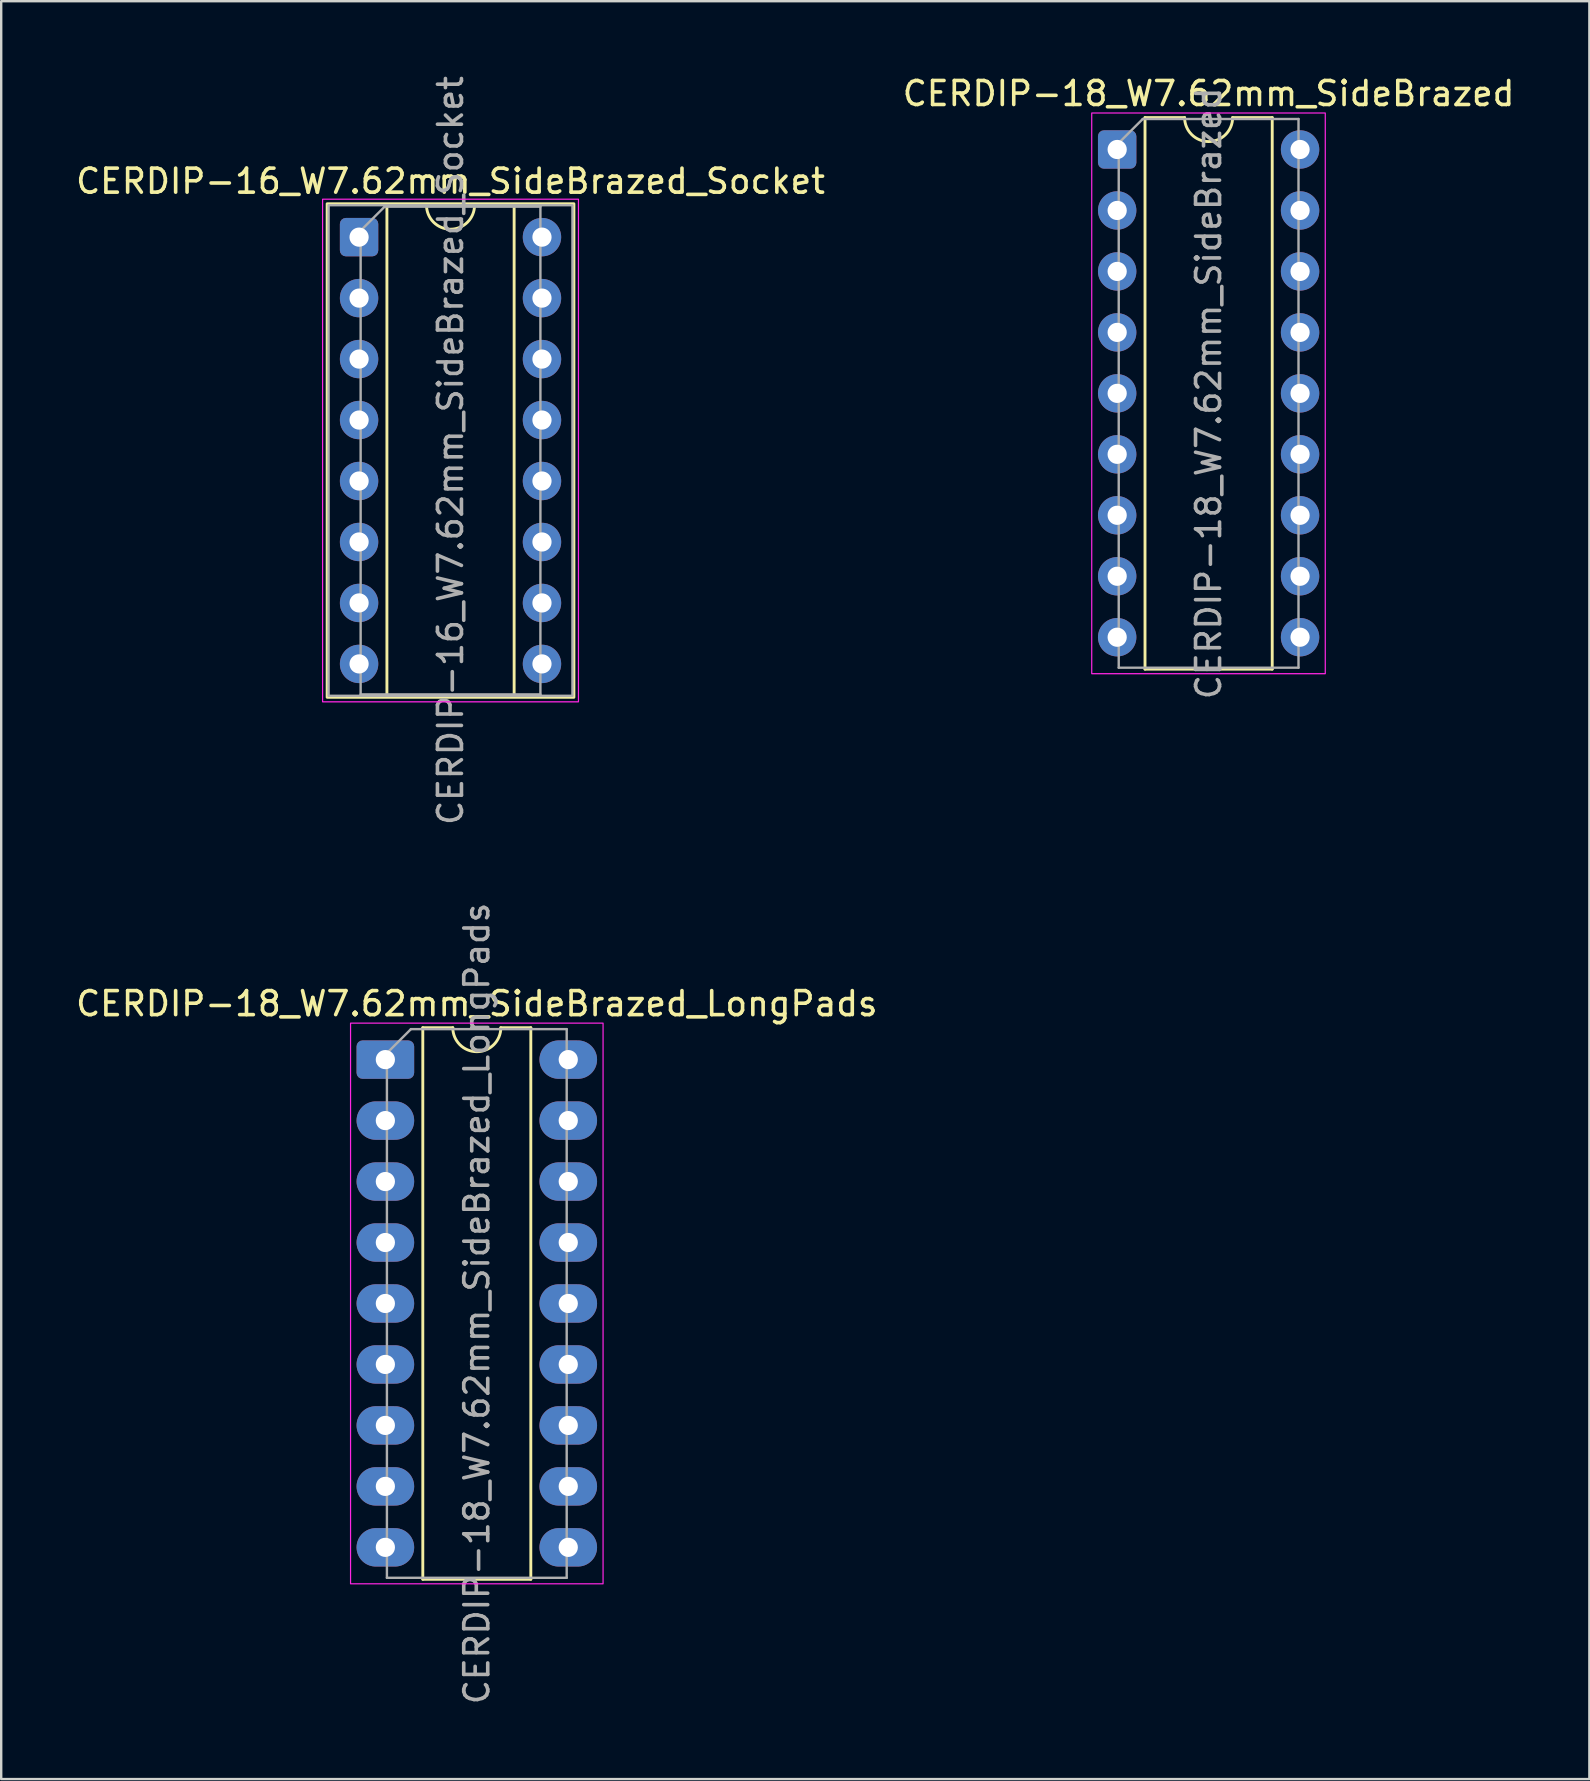
<source format=kicad_pcb>
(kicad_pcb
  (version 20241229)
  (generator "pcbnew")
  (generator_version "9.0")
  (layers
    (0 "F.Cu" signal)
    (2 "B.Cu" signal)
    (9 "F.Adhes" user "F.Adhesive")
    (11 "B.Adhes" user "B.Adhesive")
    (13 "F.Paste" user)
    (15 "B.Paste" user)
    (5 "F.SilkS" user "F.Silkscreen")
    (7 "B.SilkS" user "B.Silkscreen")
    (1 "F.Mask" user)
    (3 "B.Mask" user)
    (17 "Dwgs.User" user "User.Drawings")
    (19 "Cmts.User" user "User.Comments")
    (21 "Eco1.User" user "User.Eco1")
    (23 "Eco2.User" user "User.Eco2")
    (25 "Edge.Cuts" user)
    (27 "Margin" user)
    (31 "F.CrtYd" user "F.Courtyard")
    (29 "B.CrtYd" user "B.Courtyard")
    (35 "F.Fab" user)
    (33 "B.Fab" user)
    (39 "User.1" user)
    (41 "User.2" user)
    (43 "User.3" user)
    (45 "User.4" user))
  (footprint "CERDIP-16_W7.62mm_SideBrazed_Socket"
    (layer "F.Cu")
    (at 11.91 6.83)
    (property "Reference" "CERDIP-16_W7.62mm_SideBrazed_Socket" (at 3.81 -2.33 0) (layer "F.SilkS") (effects (font (size 1 1) (thickness 0.15))))
    (attr through_hole)
    (fp_line (start 1.16 -1.33) (end 1.16 19.11) (stroke (width 0.12) (type solid)) (layer "F.SilkS"))
    (fp_line (start 1.16 19.11) (end 6.46 19.11) (stroke (width 0.12) (type solid)) (layer "F.SilkS"))
    (fp_line (start 2.81 -1.33) (end 1.16 -1.33) (stroke (width 0.12) (type solid)) (layer "F.SilkS"))
    (fp_line (start 6.46 -1.33) (end 4.81 -1.33) (stroke (width 0.12) (type solid)) (layer "F.SilkS"))
    (fp_line (start 6.46 19.11) (end 6.46 -1.33) (stroke (width 0.12) (type solid)) (layer "F.SilkS"))
    (fp_rect (start -1.33 -1.39) (end 8.95 19.17) (stroke (width 0.12) (type solid)) (fill no) (layer "F.SilkS"))
    (fp_arc (start 4.81 -1.33) (mid 3.81 -0.33) (end 2.81 -1.33) (stroke (width 0.12) (type solid)) (layer "F.SilkS"))
    (fp_rect (start -1.52 -1.58) (end 9.14 19.36) (stroke (width 0.05) (type solid)) (fill no) (layer "F.CrtYd"))
    (fp_line (start 0.065 -0.27) (end 1.065 -1.27) (stroke (width 0.1) (type solid)) (layer "F.Fab"))
    (fp_line (start 0.065 19.05) (end 0.065 -0.27) (stroke (width 0.1) (type solid)) (layer "F.Fab"))
    (fp_line (start 1.065 -1.27) (end 7.555 -1.27) (stroke (width 0.1) (type solid)) (layer "F.Fab"))
    (fp_line (start 7.555 -1.27) (end 7.555 19.05) (stroke (width 0.1) (type solid)) (layer "F.Fab"))
    (fp_line (start 7.555 19.05) (end 0.065 19.05) (stroke (width 0.1) (type solid)) (layer "F.Fab"))
    (fp_rect (start -1.27 -1.33) (end 8.89 19.11) (stroke (width 0.1) (type solid)) (fill no) (layer "F.Fab"))
    (fp_text user "${REFERENCE}" (at 3.81 8.89 90) (layer "F.Fab") (effects (font (size 1 1) (thickness 0.15))))
    (pad "1" thru_hole roundrect (at 0 0) (size 1.6 1.6) (drill 0.8) (layers "*.Cu" "*.Mask") (roundrect_rratio 0.156))
    (pad "2" thru_hole circle (at 0 2.54) (size 1.6 1.6) (drill 0.8) (layers "*.Cu" "*.Mask"))
    (pad "3" thru_hole circle (at 0 5.08) (size 1.6 1.6) (drill 0.8) (layers "*.Cu" "*.Mask"))
    (pad "4" thru_hole circle (at 0 7.62) (size 1.6 1.6) (drill 0.8) (layers "*.Cu" "*.Mask"))
    (pad "5" thru_hole circle (at 0 10.16) (size 1.6 1.6) (drill 0.8) (layers "*.Cu" "*.Mask"))
    (pad "6" thru_hole circle (at 0 12.7) (size 1.6 1.6) (drill 0.8) (layers "*.Cu" "*.Mask"))
    (pad "7" thru_hole circle (at 0 15.24) (size 1.6 1.6) (drill 0.8) (layers "*.Cu" "*.Mask"))
    (pad "8" thru_hole circle (at 0 17.78) (size 1.6 1.6) (drill 0.8) (layers "*.Cu" "*.Mask"))
    (pad "9" thru_hole circle (at 7.62 17.78) (size 1.6 1.6) (drill 0.8) (layers "*.Cu" "*.Mask"))
    (pad "10" thru_hole circle (at 7.62 15.24) (size 1.6 1.6) (drill 0.8) (layers "*.Cu" "*.Mask"))
    (pad "11" thru_hole circle (at 7.62 12.7) (size 1.6 1.6) (drill 0.8) (layers "*.Cu" "*.Mask"))
    (pad "12" thru_hole circle (at 7.62 10.16) (size 1.6 1.6) (drill 0.8) (layers "*.Cu" "*.Mask"))
    (pad "13" thru_hole circle (at 7.62 7.62) (size 1.6 1.6) (drill 0.8) (layers "*.Cu" "*.Mask"))
    (pad "14" thru_hole circle (at 7.62 5.08) (size 1.6 1.6) (drill 0.8) (layers "*.Cu" "*.Mask"))
    (pad "15" thru_hole circle (at 7.62 2.54) (size 1.6 1.6) (drill 0.8) (layers "*.Cu" "*.Mask"))
    (pad "16" thru_hole circle (at 7.62 0) (size 1.6 1.6) (drill 0.8) (layers "*.Cu" "*.Mask")))
  (footprint "CERDIP-18_W7.62mm_SideBrazed"
    (layer "F.Cu")
    (at 43.494 3.178)
    (property "Reference" "CERDIP-18_W7.62mm_SideBrazed" (at 3.81 -2.33 0) (layer "F.SilkS") (effects (font (size 1 1) (thickness 0.15))))
    (attr through_hole)
    (fp_line (start 1.16 -1.33) (end 1.16 21.65) (stroke (width 0.12) (type solid)) (layer "F.SilkS"))
    (fp_line (start 1.16 21.65) (end 6.46 21.65) (stroke (width 0.12) (type solid)) (layer "F.SilkS"))
    (fp_line (start 2.81 -1.33) (end 1.16 -1.33) (stroke (width 0.12) (type solid)) (layer "F.SilkS"))
    (fp_line (start 6.46 -1.33) (end 4.81 -1.33) (stroke (width 0.12) (type solid)) (layer "F.SilkS"))
    (fp_line (start 6.46 21.65) (end 6.46 -1.33) (stroke (width 0.12) (type solid)) (layer "F.SilkS"))
    (fp_arc (start 4.81 -1.33) (mid 3.81 -0.33) (end 2.81 -1.33) (stroke (width 0.12) (type solid)) (layer "F.SilkS"))
    (fp_rect (start -1.06 -1.52) (end 8.67 21.84) (stroke (width 0.05) (type solid)) (fill no) (layer "F.CrtYd"))
    (fp_line (start 0.065 -0.27) (end 1.065 -1.27) (stroke (width 0.1) (type solid)) (layer "F.Fab"))
    (fp_line (start 0.065 21.59) (end 0.065 -0.27) (stroke (width 0.1) (type solid)) (layer "F.Fab"))
    (fp_line (start 1.065 -1.27) (end 7.555 -1.27) (stroke (width 0.1) (type solid)) (layer "F.Fab"))
    (fp_line (start 7.555 -1.27) (end 7.555 21.59) (stroke (width 0.1) (type solid)) (layer "F.Fab"))
    (fp_line (start 7.555 21.59) (end 0.065 21.59) (stroke (width 0.1) (type solid)) (layer "F.Fab"))
    (fp_text user "${REFERENCE}" (at 3.81 10.16 90) (layer "F.Fab") (effects (font (size 1 1) (thickness 0.15))))
    (pad "1" thru_hole roundrect (at 0 0) (size 1.6 1.6) (drill 0.8) (layers "*.Cu" "*.Mask") (roundrect_rratio 0.156))
    (pad "2" thru_hole circle (at 0 2.54) (size 1.6 1.6) (drill 0.8) (layers "*.Cu" "*.Mask"))
    (pad "3" thru_hole circle (at 0 5.08) (size 1.6 1.6) (drill 0.8) (layers "*.Cu" "*.Mask"))
    (pad "4" thru_hole circle (at 0 7.62) (size 1.6 1.6) (drill 0.8) (layers "*.Cu" "*.Mask"))
    (pad "5" thru_hole circle (at 0 10.16) (size 1.6 1.6) (drill 0.8) (layers "*.Cu" "*.Mask"))
    (pad "6" thru_hole circle (at 0 12.7) (size 1.6 1.6) (drill 0.8) (layers "*.Cu" "*.Mask"))
    (pad "7" thru_hole circle (at 0 15.24) (size 1.6 1.6) (drill 0.8) (layers "*.Cu" "*.Mask"))
    (pad "8" thru_hole circle (at 0 17.78) (size 1.6 1.6) (drill 0.8) (layers "*.Cu" "*.Mask"))
    (pad "9" thru_hole circle (at 0 20.32) (size 1.6 1.6) (drill 0.8) (layers "*.Cu" "*.Mask"))
    (pad "10" thru_hole circle (at 7.62 20.32) (size 1.6 1.6) (drill 0.8) (layers "*.Cu" "*.Mask"))
    (pad "11" thru_hole circle (at 7.62 17.78) (size 1.6 1.6) (drill 0.8) (layers "*.Cu" "*.Mask"))
    (pad "12" thru_hole circle (at 7.62 15.24) (size 1.6 1.6) (drill 0.8) (layers "*.Cu" "*.Mask"))
    (pad "13" thru_hole circle (at 7.62 12.7) (size 1.6 1.6) (drill 0.8) (layers "*.Cu" "*.Mask"))
    (pad "14" thru_hole circle (at 7.62 10.16) (size 1.6 1.6) (drill 0.8) (layers "*.Cu" "*.Mask"))
    (pad "15" thru_hole circle (at 7.62 7.62) (size 1.6 1.6) (drill 0.8) (layers "*.Cu" "*.Mask"))
    (pad "16" thru_hole circle (at 7.62 5.08) (size 1.6 1.6) (drill 0.8) (layers "*.Cu" "*.Mask"))
    (pad "17" thru_hole circle (at 7.62 2.54) (size 1.6 1.6) (drill 0.8) (layers "*.Cu" "*.Mask"))
    (pad "18" thru_hole circle (at 7.62 0) (size 1.6 1.6) (drill 0.8) (layers "*.Cu" "*.Mask")))
  (footprint "CERDIP-18_W7.62mm_SideBrazed_LongPads"
    (layer "F.Cu")
    (at 13.005 41.096)
    (property "Reference" "CERDIP-18_W7.62mm_SideBrazed_LongPads" (at 3.81 -2.33 0) (layer "F.SilkS") (effects (font (size 1 1) (thickness 0.15))))
    (attr through_hole)
    (fp_line (start 1.56 -1.33) (end 1.56 21.65) (stroke (width 0.12) (type solid)) (layer "F.SilkS"))
    (fp_line (start 1.56 21.65) (end 6.06 21.65) (stroke (width 0.12) (type solid)) (layer "F.SilkS"))
    (fp_line (start 2.81 -1.33) (end 1.56 -1.33) (stroke (width 0.12) (type solid)) (layer "F.SilkS"))
    (fp_line (start 6.06 -1.33) (end 4.81 -1.33) (stroke (width 0.12) (type solid)) (layer "F.SilkS"))
    (fp_line (start 6.06 21.65) (end 6.06 -1.33) (stroke (width 0.12) (type solid)) (layer "F.SilkS"))
    (fp_arc (start 4.81 -1.33) (mid 3.81 -0.33) (end 2.81 -1.33) (stroke (width 0.12) (type solid)) (layer "F.SilkS"))
    (fp_rect (start -1.45 -1.52) (end 9.07 21.84) (stroke (width 0.05) (type solid)) (fill no) (layer "F.CrtYd"))
    (fp_line (start 0.065 -0.27) (end 1.065 -1.27) (stroke (width 0.1) (type solid)) (layer "F.Fab"))
    (fp_line (start 0.065 21.59) (end 0.065 -0.27) (stroke (width 0.1) (type solid)) (layer "F.Fab"))
    (fp_line (start 1.065 -1.27) (end 7.555 -1.27) (stroke (width 0.1) (type solid)) (layer "F.Fab"))
    (fp_line (start 7.555 -1.27) (end 7.555 21.59) (stroke (width 0.1) (type solid)) (layer "F.Fab"))
    (fp_line (start 7.555 21.59) (end 0.065 21.59) (stroke (width 0.1) (type solid)) (layer "F.Fab"))
    (fp_text user "${REFERENCE}" (at 3.81 10.16 90) (layer "F.Fab") (effects (font (size 1 1) (thickness 0.15))))
    (pad "1" thru_hole roundrect (at 0 0) (size 2.4 1.6) (drill 0.8) (layers "*.Cu" "*.Mask") (roundrect_rratio 0.156))
    (pad "2" thru_hole oval (at 0 2.54) (size 2.4 1.6) (drill 0.8) (layers "*.Cu" "*.Mask"))
    (pad "3" thru_hole oval (at 0 5.08) (size 2.4 1.6) (drill 0.8) (layers "*.Cu" "*.Mask"))
    (pad "4" thru_hole oval (at 0 7.62) (size 2.4 1.6) (drill 0.8) (layers "*.Cu" "*.Mask"))
    (pad "5" thru_hole oval (at 0 10.16) (size 2.4 1.6) (drill 0.8) (layers "*.Cu" "*.Mask"))
    (pad "6" thru_hole oval (at 0 12.7) (size 2.4 1.6) (drill 0.8) (layers "*.Cu" "*.Mask"))
    (pad "7" thru_hole oval (at 0 15.24) (size 2.4 1.6) (drill 0.8) (layers "*.Cu" "*.Mask"))
    (pad "8" thru_hole oval (at 0 17.78) (size 2.4 1.6) (drill 0.8) (layers "*.Cu" "*.Mask"))
    (pad "9" thru_hole oval (at 0 20.32) (size 2.4 1.6) (drill 0.8) (layers "*.Cu" "*.Mask"))
    (pad "10" thru_hole oval (at 7.62 20.32) (size 2.4 1.6) (drill 0.8) (layers "*.Cu" "*.Mask"))
    (pad "11" thru_hole oval (at 7.62 17.78) (size 2.4 1.6) (drill 0.8) (layers "*.Cu" "*.Mask"))
    (pad "12" thru_hole oval (at 7.62 15.24) (size 2.4 1.6) (drill 0.8) (layers "*.Cu" "*.Mask"))
    (pad "13" thru_hole oval (at 7.62 12.7) (size 2.4 1.6) (drill 0.8) (layers "*.Cu" "*.Mask"))
    (pad "14" thru_hole oval (at 7.62 10.16) (size 2.4 1.6) (drill 0.8) (layers "*.Cu" "*.Mask"))
    (pad "15" thru_hole oval (at 7.62 7.62) (size 2.4 1.6) (drill 0.8) (layers "*.Cu" "*.Mask"))
    (pad "16" thru_hole oval (at 7.62 5.08) (size 2.4 1.6) (drill 0.8) (layers "*.Cu" "*.Mask"))
    (pad "17" thru_hole oval (at 7.62 2.54) (size 2.4 1.6) (drill 0.8) (layers "*.Cu" "*.Mask"))
    (pad "18" thru_hole oval (at 7.62 0) (size 2.4 1.6) (drill 0.8) (layers "*.Cu" "*.Mask")))
  (gr_rect
    (start -3 -3)
    (end 63.167 71.071)
    (stroke (width 0.1) (type default))
    (fill no)
    (layer "Edge.Cuts")))
</source>
